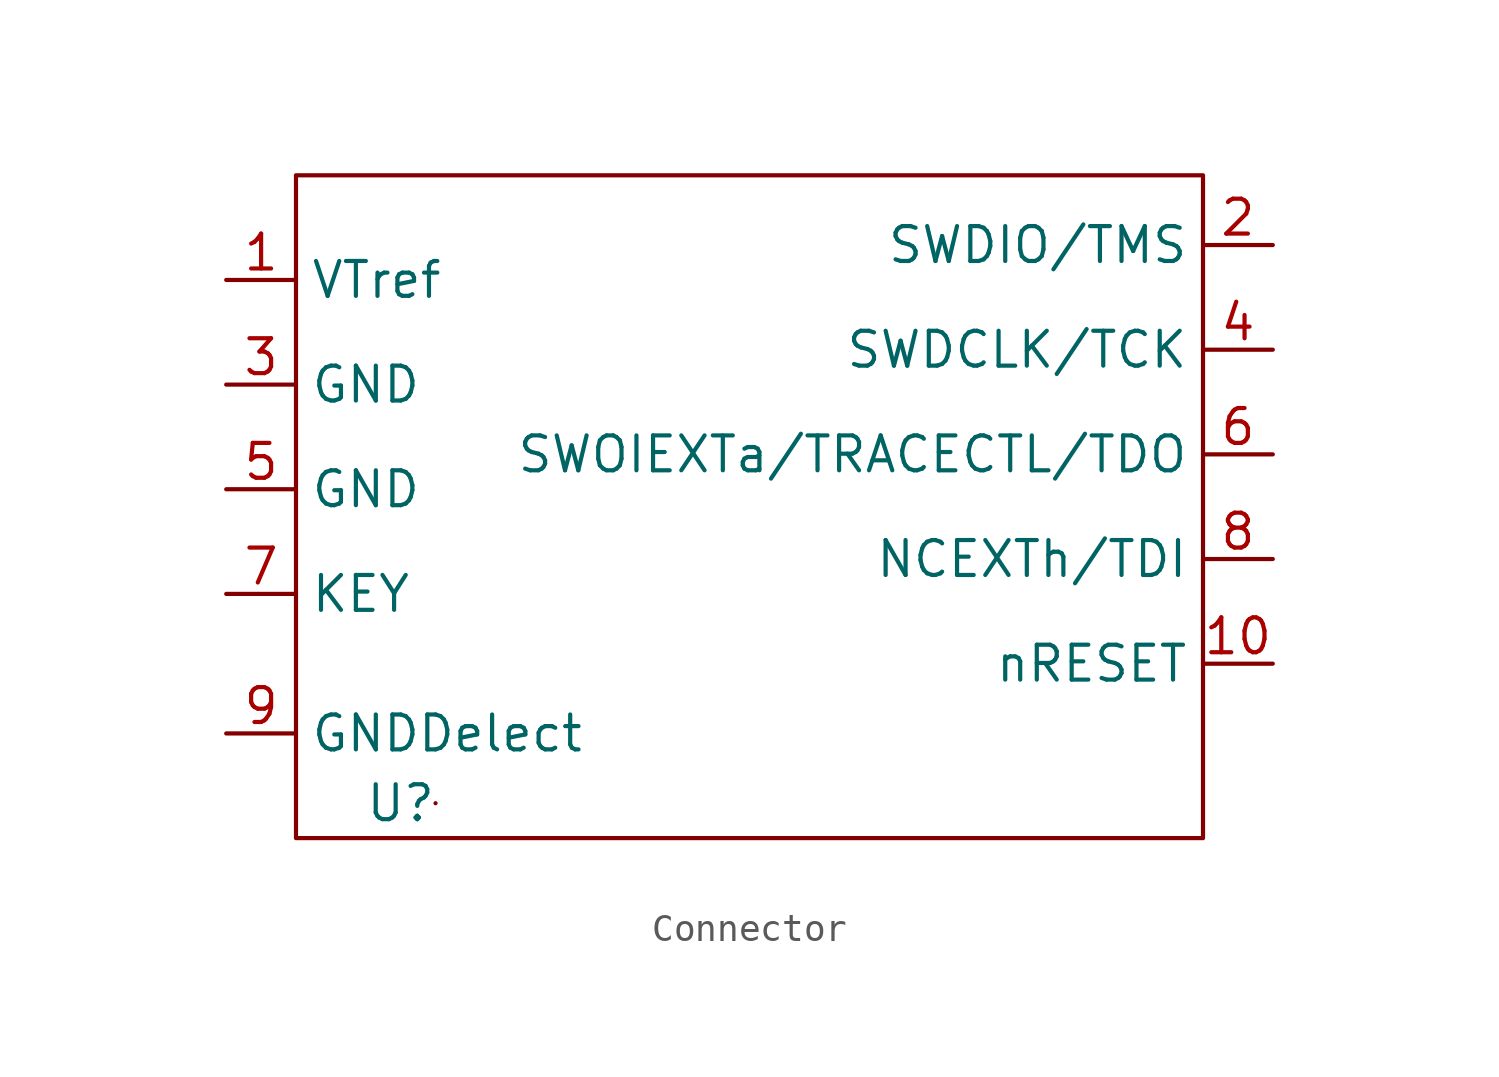
<source format=kicad_sym>
(kicad_symbol_lib
  (version 20220914)
  (generator kicad_symbol_editor)
  (symbol "Connector"
    (property "Reference" "U"
      (at 0 0 0)
      (effects (font (size 1.27 1.27))))
    (property "Value" ""
      (at -1.27 2.54 0)
      (effects (font (size 1.27 1.27))))
    (symbol "Connector_0_1"
      (rectangle (start 1.27 0) (end 1.27 0) (stroke (width 0) (type default)) (fill (type none))))
    (symbol "Connector_1_1"
      (rectangle (start -3.81 22.86) (end 29.21 -1.27) (stroke (width 0) (type default)) (fill (type none)))
      (pin input line (at -6.35 19.05 0) (length 2.54) (name "VTref" (effects (font (size 1.27 1.27)))) (number "1" (effects (font (size 1.27 1.27)))))
      (pin output line (at 31.75 5.08 180) (length 2.54) (name "nRESET" (effects (font (size 1.27 1.27)))) (number "10" (effects (font (size 1.27 1.27)))))
      (pin output line (at 31.75 20.32 180) (length 2.54) (name "SWDIO/TMS" (effects (font (size 1.27 1.27)))) (number "2" (effects (font (size 1.27 1.27)))))
      (pin input line (at -6.35 15.24 0) (length 2.54) (name "GND" (effects (font (size 1.27 1.27)))) (number "3" (effects (font (size 1.27 1.27)))))
      (pin output line (at 31.75 16.51 180) (length 2.54) (name "SWDCLK/TCK" (effects (font (size 1.27 1.27)))) (number "4" (effects (font (size 1.27 1.27)))))
      (pin input line (at -6.35 11.43 0) (length 2.54) (name "GND" (effects (font (size 1.27 1.27)))) (number "5" (effects (font (size 1.27 1.27)))))
      (pin output line (at 31.75 12.7 180) (length 2.54) (name "SWOIEXTa/TRACECTL/TDO" (effects (font (size 1.27 1.27)))) (number "6" (effects (font (size 1.27 1.27)))))
      (pin input line (at -6.35 7.62 0) (length 2.54) (name "KEY" (effects (font (size 1.27 1.27)))) (number "7" (effects (font (size 1.27 1.27)))))
      (pin output line (at 31.75 8.89 180) (length 2.54) (name "NCEXTh/TDI" (effects (font (size 1.27 1.27)))) (number "8" (effects (font (size 1.27 1.27)))))
      (pin input line (at -6.35 2.54 0) (length 2.54) (name "GNDDelect" (effects (font (size 1.27 1.27)))) (number "9" (effects (font (size 1.27 1.27))))))))
</source>
